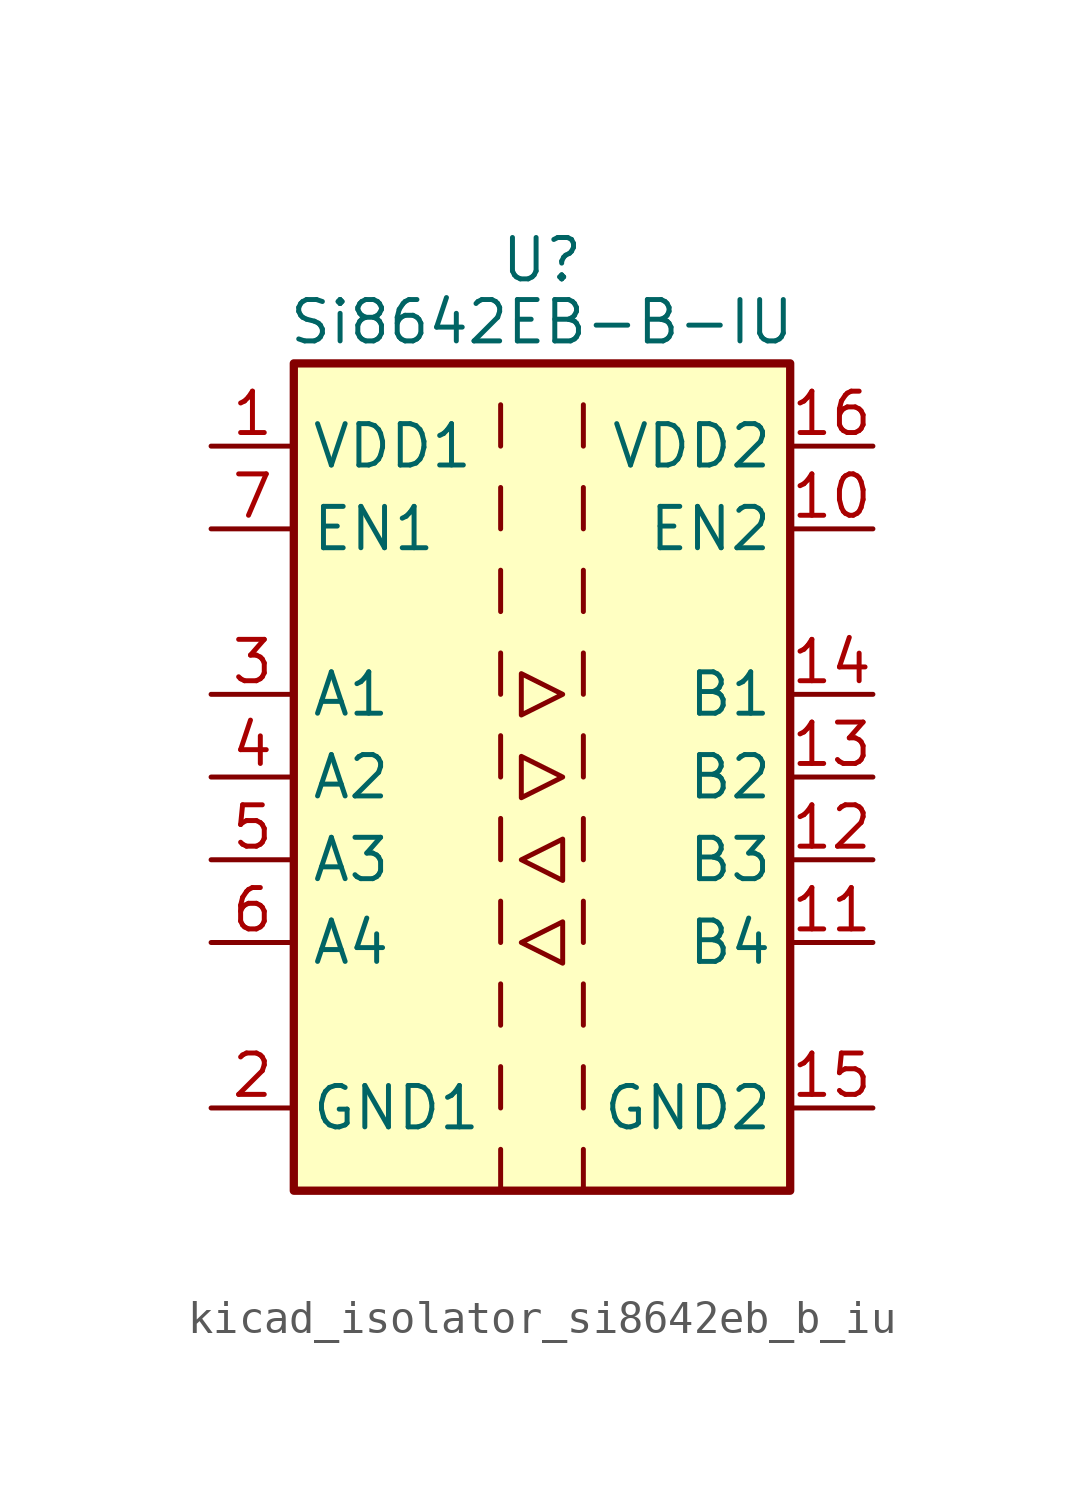
<source format=kicad_sym>
(kicad_symbol_lib
  (version 20220914)
  (generator kicad_symbol_editor)
  (symbol "kicad_isolator_si8642eb_b_iu"
    (property "Reference" "U"
      (at 0 15.875 0)
      (effects (font (size 1.27 1.27))))
    (property "Value" "Si8642EB-B-IU"
      (at 0 13.97 0)
      (effects (font (size 1.27 1.27))))
    (symbol "kicad_isolator_si8642eb_b_iu_0_1"
      (rectangle (start -7.62 12.7) (end 7.62 -12.7) (stroke (width 0.254) (type default)) (fill (type background)))
      (polyline (pts (xy -1.27 -11.43) (xy -1.27 -12.7)) (stroke (width 0) (type default)) (fill (type none)))
      (polyline (pts (xy -1.27 -8.89) (xy -1.27 -10.16)) (stroke (width 0) (type default)) (fill (type none)))
      (polyline (pts (xy -1.27 -6.35) (xy -1.27 -7.62)) (stroke (width 0) (type default)) (fill (type none)))
      (polyline (pts (xy -1.27 -3.81) (xy -1.27 -5.08)) (stroke (width 0) (type default)) (fill (type none)))
      (polyline (pts (xy -1.27 -1.27) (xy -1.27 -2.54)) (stroke (width 0) (type default)) (fill (type none)))
      (polyline (pts (xy -1.27 1.27) (xy -1.27 0)) (stroke (width 0) (type default)) (fill (type none)))
      (polyline (pts (xy -1.27 3.81) (xy -1.27 2.54)) (stroke (width 0) (type default)) (fill (type none)))
      (polyline (pts (xy -1.27 6.35) (xy -1.27 5.08)) (stroke (width 0) (type default)) (fill (type none)))
      (polyline (pts (xy -1.27 8.89) (xy -1.27 7.62)) (stroke (width 0) (type default)) (fill (type none)))
      (polyline (pts (xy -1.27 11.43) (xy -1.27 10.16)) (stroke (width 0) (type default)) (fill (type none)))
      (polyline (pts (xy 1.27 -11.43) (xy 1.27 -12.7)) (stroke (width 0) (type default)) (fill (type none)))
      (polyline (pts (xy 1.27 -8.89) (xy 1.27 -10.16)) (stroke (width 0) (type default)) (fill (type none)))
      (polyline (pts (xy 1.27 -6.35) (xy 1.27 -7.62)) (stroke (width 0) (type default)) (fill (type none)))
      (polyline (pts (xy 1.27 -3.81) (xy 1.27 -5.08)) (stroke (width 0) (type default)) (fill (type none)))
      (polyline (pts (xy 1.27 -1.27) (xy 1.27 -2.54)) (stroke (width 0) (type default)) (fill (type none)))
      (polyline (pts (xy 1.27 1.27) (xy 1.27 0)) (stroke (width 0) (type default)) (fill (type none)))
      (polyline (pts (xy 1.27 3.81) (xy 1.27 2.54)) (stroke (width 0) (type default)) (fill (type none)))
      (polyline (pts (xy 1.27 6.35) (xy 1.27 5.08)) (stroke (width 0) (type default)) (fill (type none)))
      (polyline (pts (xy 1.27 8.89) (xy 1.27 7.62)) (stroke (width 0) (type default)) (fill (type none)))
      (polyline (pts (xy 1.27 11.43) (xy 1.27 10.16)) (stroke (width 0) (type default)) (fill (type none)))
      (polyline (pts (xy -0.635 -5.08) (xy 0.635 -4.445) (xy 0.635 -5.715) (xy -0.635 -5.08)) (stroke (width 0) (type default)) (fill (type none)))
      (polyline (pts (xy -0.635 -2.54) (xy 0.635 -1.905) (xy 0.635 -3.175) (xy -0.635 -2.54)) (stroke (width 0) (type default)) (fill (type none)))
      (polyline (pts (xy -0.635 0.635) (xy -0.635 -0.635) (xy 0.635 0) (xy -0.635 0.635)) (stroke (width 0) (type default)) (fill (type none)))
      (polyline (pts (xy -0.635 3.175) (xy -0.635 1.905) (xy 0.635 2.54) (xy -0.635 3.175)) (stroke (width 0) (type default)) (fill (type none))))
    (symbol "kicad_isolator_si8642eb_b_iu_1_1"
      (pin power_in line (at -10.16 10.16 0) (length 2.54) (name "VDD1" (effects (font (size 1.27 1.27)))) (number "1" (effects (font (size 1.27 1.27)))))
      (pin input line (at 10.16 7.62 180) (length 2.54) (name "EN2" (effects (font (size 1.27 1.27)))) (number "10" (effects (font (size 1.27 1.27)))))
      (pin input line (at 10.16 -5.08 180) (length 2.54) (name "B4" (effects (font (size 1.27 1.27)))) (number "11" (effects (font (size 1.27 1.27)))))
      (pin input line (at 10.16 -2.54 180) (length 2.54) (name "B3" (effects (font (size 1.27 1.27)))) (number "12" (effects (font (size 1.27 1.27)))))
      (pin output line (at 10.16 0 180) (length 2.54) (name "B2" (effects (font (size 1.27 1.27)))) (number "13" (effects (font (size 1.27 1.27)))))
      (pin output line (at 10.16 2.54 180) (length 2.54) (name "B1" (effects (font (size 1.27 1.27)))) (number "14" (effects (font (size 1.27 1.27)))))
      (pin power_in line (at 10.16 -10.16 180) (length 2.54) (name "GND2" (effects (font (size 1.27 1.27)))) (number "15" (effects (font (size 1.27 1.27)))))
      (pin power_in line (at 10.16 10.16 180) (length 2.54) (name "VDD2" (effects (font (size 1.27 1.27)))) (number "16" (effects (font (size 1.27 1.27)))))
      (pin power_in line (at -10.16 -10.16 0) (length 2.54) (name "GND1" (effects (font (size 1.27 1.27)))) (number "2" (effects (font (size 1.27 1.27)))))
      (pin input line (at -10.16 2.54 0) (length 2.54) (name "A1" (effects (font (size 1.27 1.27)))) (number "3" (effects (font (size 1.27 1.27)))))
      (pin input line (at -10.16 0 0) (length 2.54) (name "A2" (effects (font (size 1.27 1.27)))) (number "4" (effects (font (size 1.27 1.27)))))
      (pin output line (at -10.16 -2.54 0) (length 2.54) (name "A3" (effects (font (size 1.27 1.27)))) (number "5" (effects (font (size 1.27 1.27)))))
      (pin output line (at -10.16 -5.08 0) (length 2.54) (name "A4" (effects (font (size 1.27 1.27)))) (number "6" (effects (font (size 1.27 1.27)))))
      (pin input line (at -10.16 7.62 0) (length 2.54) (name "EN1" (effects (font (size 1.27 1.27)))) (number "7" (effects (font (size 1.27 1.27)))))
      (pin passive line (at -10.16 -10.16 0) (length 2.54) hide (name "GND1" (effects (font (size 1.27 1.27)))) (number "8" (effects (font (size 1.27 1.27)))))
      (pin passive line (at 10.16 -10.16 180) (length 2.54) hide (name "GND2" (effects (font (size 1.27 1.27)))) (number "9" (effects (font (size 1.27 1.27))))))))
</source>
